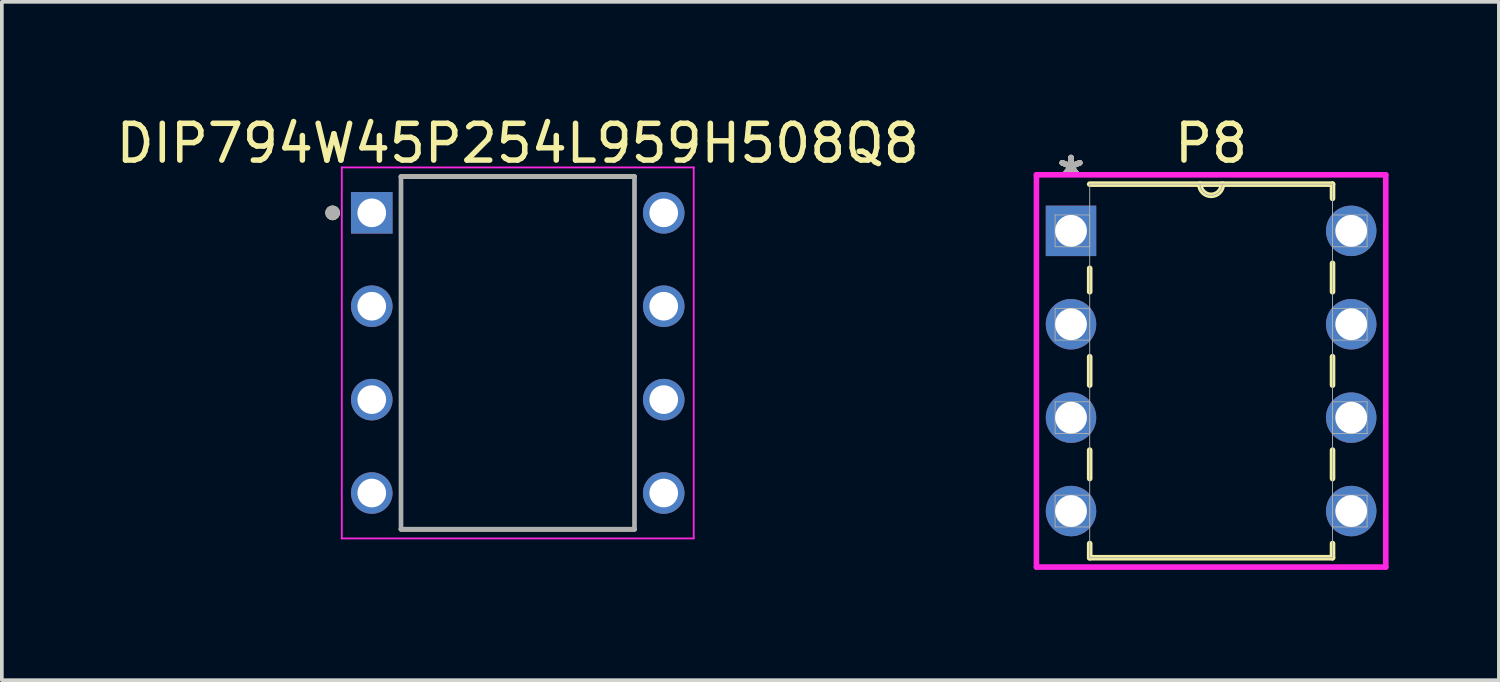
<source format=kicad_pcb>
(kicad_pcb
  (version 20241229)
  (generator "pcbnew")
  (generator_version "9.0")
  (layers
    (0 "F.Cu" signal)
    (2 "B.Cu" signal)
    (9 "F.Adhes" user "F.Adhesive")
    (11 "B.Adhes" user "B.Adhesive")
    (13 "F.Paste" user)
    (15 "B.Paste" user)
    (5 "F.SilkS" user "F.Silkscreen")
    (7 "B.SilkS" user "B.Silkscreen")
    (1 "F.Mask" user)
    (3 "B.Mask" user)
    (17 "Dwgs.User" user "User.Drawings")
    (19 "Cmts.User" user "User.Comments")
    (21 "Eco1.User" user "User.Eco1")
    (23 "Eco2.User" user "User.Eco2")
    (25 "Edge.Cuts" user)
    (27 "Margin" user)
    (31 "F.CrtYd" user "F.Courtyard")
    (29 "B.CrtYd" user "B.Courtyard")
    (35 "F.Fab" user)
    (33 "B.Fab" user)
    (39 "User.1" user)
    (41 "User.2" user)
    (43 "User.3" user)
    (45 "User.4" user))
  (footprint "P8"
    (layer "F.Cu")
    (at 33.696 10.848)
    (property "Reference" "P8" (at -3.81 -10 0) (unlocked yes) (layer "F.SilkS") (effects (font (size 1 1) (thickness 0.15))))
    (attr through_hole)
    (fp_line (start -7.112 -6.601) (end -7.112 -5.963) (stroke (width 0.152) (type solid)) (layer "F.SilkS"))
    (fp_line (start -7.112 -4.197) (end -7.112 -3.423) (stroke (width 0.152) (type solid)) (layer "F.SilkS"))
    (fp_line (start -7.112 -1.657) (end -7.112 -0.883) (stroke (width 0.152) (type solid)) (layer "F.SilkS"))
    (fp_line (start -7.112 0.883) (end -7.112 1.27) (stroke (width 0.152) (type solid)) (layer "F.SilkS"))
    (fp_line (start -7.112 1.27) (end -0.508 1.27) (stroke (width 0.152) (type solid)) (layer "F.SilkS"))
    (fp_line (start -0.508 -8.89) (end -7.112 -8.89) (stroke (width 0.152) (type solid)) (layer "F.SilkS"))
    (fp_line (start -0.508 -8.503) (end -0.508 -8.89) (stroke (width 0.152) (type solid)) (layer "F.SilkS"))
    (fp_line (start -0.508 -5.963) (end -0.508 -6.737) (stroke (width 0.152) (type solid)) (layer "F.SilkS"))
    (fp_line (start -0.508 -3.423) (end -0.508 -4.197) (stroke (width 0.152) (type solid)) (layer "F.SilkS"))
    (fp_line (start -0.508 -0.883) (end -0.508 -1.657) (stroke (width 0.152) (type solid)) (layer "F.SilkS"))
    (fp_line (start -0.508 1.27) (end -0.508 0.883) (stroke (width 0.152) (type solid)) (layer "F.SilkS"))
    (fp_arc (start -3.5052 -8.89) (mid -3.81 -8.5852) (end -4.1148 -8.89) (stroke (width 0.1524) (type solid)) (layer "F.SilkS"))
    (fp_line (start -8.56 -9.144) (end -8.56 1.524) (stroke (width 0.152) (type solid)) (layer "F.CrtYd"))
    (fp_line (start -8.56 1.524) (end 0.94 1.524) (stroke (width 0.152) (type solid)) (layer "F.CrtYd"))
    (fp_line (start 0.94 -9.144) (end -8.56 -9.144) (stroke (width 0.152) (type solid)) (layer "F.CrtYd"))
    (fp_line (start 0.94 1.524) (end 0.94 -9.144) (stroke (width 0.152) (type solid)) (layer "F.CrtYd"))
    (fp_line (start -8.052 -8.052) (end -8.052 -7.188) (stroke (width 0.025) (type solid)) (layer "F.Fab"))
    (fp_line (start -8.052 -7.188) (end -7.112 -7.188) (stroke (width 0.025) (type solid)) (layer "F.Fab"))
    (fp_line (start -8.052 -5.512) (end -8.052 -4.648) (stroke (width 0.025) (type solid)) (layer "F.Fab"))
    (fp_line (start -8.052 -4.648) (end -7.112 -4.648) (stroke (width 0.025) (type solid)) (layer "F.Fab"))
    (fp_line (start -8.052 -2.972) (end -8.052 -2.108) (stroke (width 0.025) (type solid)) (layer "F.Fab"))
    (fp_line (start -8.052 -2.108) (end -7.112 -2.108) (stroke (width 0.025) (type solid)) (layer "F.Fab"))
    (fp_line (start -8.052 -0.432) (end -8.052 0.432) (stroke (width 0.025) (type solid)) (layer "F.Fab"))
    (fp_line (start -8.052 0.432) (end -7.112 0.432) (stroke (width 0.025) (type solid)) (layer "F.Fab"))
    (fp_line (start -7.112 -8.89) (end -7.112 1.27) (stroke (width 0.025) (type solid)) (layer "F.Fab"))
    (fp_line (start -7.112 -8.052) (end -8.052 -8.052) (stroke (width 0.025) (type solid)) (layer "F.Fab"))
    (fp_line (start -7.112 -7.188) (end -7.112 -8.052) (stroke (width 0.025) (type solid)) (layer "F.Fab"))
    (fp_line (start -7.112 -5.512) (end -8.052 -5.512) (stroke (width 0.025) (type solid)) (layer "F.Fab"))
    (fp_line (start -7.112 -4.648) (end -7.112 -5.512) (stroke (width 0.025) (type solid)) (layer "F.Fab"))
    (fp_line (start -7.112 -2.972) (end -8.052 -2.972) (stroke (width 0.025) (type solid)) (layer "F.Fab"))
    (fp_line (start -7.112 -2.108) (end -7.112 -2.972) (stroke (width 0.025) (type solid)) (layer "F.Fab"))
    (fp_line (start -7.112 -0.432) (end -8.052 -0.432) (stroke (width 0.025) (type solid)) (layer "F.Fab"))
    (fp_line (start -7.112 0.432) (end -7.112 -0.432) (stroke (width 0.025) (type solid)) (layer "F.Fab"))
    (fp_line (start -7.112 1.27) (end -0.508 1.27) (stroke (width 0.025) (type solid)) (layer "F.Fab"))
    (fp_line (start -0.508 -8.89) (end -7.112 -8.89) (stroke (width 0.025) (type solid)) (layer "F.Fab"))
    (fp_line (start -0.508 -8.052) (end -0.508 -7.188) (stroke (width 0.025) (type solid)) (layer "F.Fab"))
    (fp_line (start -0.508 -7.188) (end 0.432 -7.188) (stroke (width 0.025) (type solid)) (layer "F.Fab"))
    (fp_line (start -0.508 -5.512) (end -0.508 -4.648) (stroke (width 0.025) (type solid)) (layer "F.Fab"))
    (fp_line (start -0.508 -4.648) (end 0.432 -4.648) (stroke (width 0.025) (type solid)) (layer "F.Fab"))
    (fp_line (start -0.508 -2.972) (end -0.508 -2.108) (stroke (width 0.025) (type solid)) (layer "F.Fab"))
    (fp_line (start -0.508 -2.108) (end 0.432 -2.108) (stroke (width 0.025) (type solid)) (layer "F.Fab"))
    (fp_line (start -0.508 -0.432) (end -0.508 0.432) (stroke (width 0.025) (type solid)) (layer "F.Fab"))
    (fp_line (start -0.508 0.432) (end 0.432 0.432) (stroke (width 0.025) (type solid)) (layer "F.Fab"))
    (fp_line (start -0.508 1.27) (end -0.508 -8.89) (stroke (width 0.025) (type solid)) (layer "F.Fab"))
    (fp_line (start 0.432 -8.052) (end -0.508 -8.052) (stroke (width 0.025) (type solid)) (layer "F.Fab"))
    (fp_line (start 0.432 -7.188) (end 0.432 -8.052) (stroke (width 0.025) (type solid)) (layer "F.Fab"))
    (fp_line (start 0.432 -5.512) (end -0.508 -5.512) (stroke (width 0.025) (type solid)) (layer "F.Fab"))
    (fp_line (start 0.432 -4.648) (end 0.432 -5.512) (stroke (width 0.025) (type solid)) (layer "F.Fab"))
    (fp_line (start 0.432 -2.972) (end -0.508 -2.972) (stroke (width 0.025) (type solid)) (layer "F.Fab"))
    (fp_line (start 0.432 -2.108) (end 0.432 -2.972) (stroke (width 0.025) (type solid)) (layer "F.Fab"))
    (fp_line (start 0.432 -0.432) (end -0.508 -0.432) (stroke (width 0.025) (type solid)) (layer "F.Fab"))
    (fp_line (start 0.432 0.432) (end 0.432 -0.432) (stroke (width 0.025) (type solid)) (layer "F.Fab"))
    (fp_arc (start -3.5052 -8.89) (mid -3.81 -8.5852) (end -4.1148 -8.89) (stroke (width 0.0254) (type solid)) (layer "F.Fab"))
    (fp_text user "*" (at -7.62 -9.068 0) (layer "F.SilkS") (effects (font (size 1 1) (thickness 0.15))))
    (fp_text user "*" (at -7.62 -9.068 0) (unlocked yes) (layer "F.SilkS") (effects (font (size 1 1) (thickness 0.15))))
    (fp_text user "*" (at -7.62 -9.068 0) (layer "F.Fab") (effects (font (size 1 1) (thickness 0.15))))
    (fp_text user "*" (at -7.62 -9.068 0) (unlocked yes) (layer "F.Fab") (effects (font (size 1 1) (thickness 0.15))))
    (pad "1" thru_hole rect (at -7.62 -7.62) (size 1.372 1.372) (drill 0.864) (layers "*.Cu" "*.Mask"))
    (pad "2" thru_hole circle (at -7.62 -5.08) (size 1.372 1.372) (drill 0.864) (layers "*.Cu" "*.Mask"))
    (pad "3" thru_hole circle (at -7.62 -2.54) (size 1.372 1.372) (drill 0.864) (layers "*.Cu" "*.Mask"))
    (pad "4" thru_hole circle (at -7.62 0) (size 1.372 1.372) (drill 0.864) (layers "*.Cu" "*.Mask"))
    (pad "5" thru_hole circle (at 0 0) (size 1.372 1.372) (drill 0.864) (layers "*.Cu" "*.Mask"))
    (pad "6" thru_hole circle (at 0 -2.54) (size 1.372 1.372) (drill 0.864) (layers "*.Cu" "*.Mask"))
    (pad "7" thru_hole circle (at 0 -5.08) (size 1.372 1.372) (drill 0.864) (layers "*.Cu" "*.Mask"))
    (pad "8" thru_hole circle (at 0 -7.62) (size 1.372 1.372) (drill 0.864) (layers "*.Cu" "*.Mask")))
  (footprint "DIP794W45P254L959H508Q8"
    (layer "F.Cu")
    (at 11.03 6.548)
    (property "Reference" "DIP794W45P254L959H508Q8" (at 0 -5.7 0) (layer "F.SilkS") (effects (font (size 1 1) (thickness 0.15))))
    (attr through_hole)
    (fp_line (start -3.175 -4.795) (end 3.175 -4.795) (stroke (width 0.127) (type solid)) (layer "F.SilkS"))
    (fp_line (start -3.175 4.795) (end 3.175 4.795) (stroke (width 0.127) (type solid)) (layer "F.SilkS"))
    (fp_circle (center -5.035 -3.81) (end -4.935 -3.81) (stroke (width 0.2) (type solid)) (fill no) (layer "F.SilkS"))
    (fp_line (start -4.785 -5.045) (end -4.785 5.045) (stroke (width 0.05) (type solid)) (layer "F.CrtYd"))
    (fp_line (start 4.785 -5.045) (end -4.785 -5.045) (stroke (width 0.05) (type solid)) (layer "F.CrtYd"))
    (fp_line (start 4.785 -5.045) (end 4.785 5.045) (stroke (width 0.05) (type solid)) (layer "F.CrtYd"))
    (fp_line (start 4.785 5.045) (end -4.785 5.045) (stroke (width 0.05) (type solid)) (layer "F.CrtYd"))
    (fp_line (start -3.175 -4.795) (end -3.175 4.795) (stroke (width 0.127) (type solid)) (layer "F.Fab"))
    (fp_line (start -3.175 -4.795) (end 3.175 -4.795) (stroke (width 0.127) (type solid)) (layer "F.Fab"))
    (fp_line (start -3.175 4.795) (end 3.175 4.795) (stroke (width 0.127) (type solid)) (layer "F.Fab"))
    (fp_line (start 3.175 -4.795) (end 3.175 4.795) (stroke (width 0.127) (type solid)) (layer "F.Fab"))
    (fp_circle (center -5.035 -3.81) (end -4.935 -3.81) (stroke (width 0.2) (type solid)) (fill no) (layer "F.Fab"))
    (pad "1" thru_hole rect (at -3.97 -3.81) (size 1.13 1.13) (drill 0.78) (layers "*.Cu" "*.Mask"))
    (pad "2" thru_hole circle (at -3.97 -1.27) (size 1.13 1.13) (drill 0.78) (layers "*.Cu" "*.Mask"))
    (pad "3" thru_hole circle (at -3.97 1.27) (size 1.13 1.13) (drill 0.78) (layers "*.Cu" "*.Mask"))
    (pad "4" thru_hole circle (at -3.97 3.81) (size 1.13 1.13) (drill 0.78) (layers "*.Cu" "*.Mask"))
    (pad "5" thru_hole circle (at 3.97 3.81) (size 1.13 1.13) (drill 0.78) (layers "*.Cu" "*.Mask"))
    (pad "6" thru_hole circle (at 3.97 1.27) (size 1.13 1.13) (drill 0.78) (layers "*.Cu" "*.Mask"))
    (pad "7" thru_hole circle (at 3.97 -1.27) (size 1.13 1.13) (drill 0.78) (layers "*.Cu" "*.Mask"))
    (pad "8" thru_hole circle (at 3.97 -3.81) (size 1.13 1.13) (drill 0.78) (layers "*.Cu" "*.Mask")))
  (gr_rect
    (start -3 -3)
    (end 37.712 15.448)
    (stroke (width 0.1) (type default))
    (fill no)
    (layer "Edge.Cuts")))
</source>
